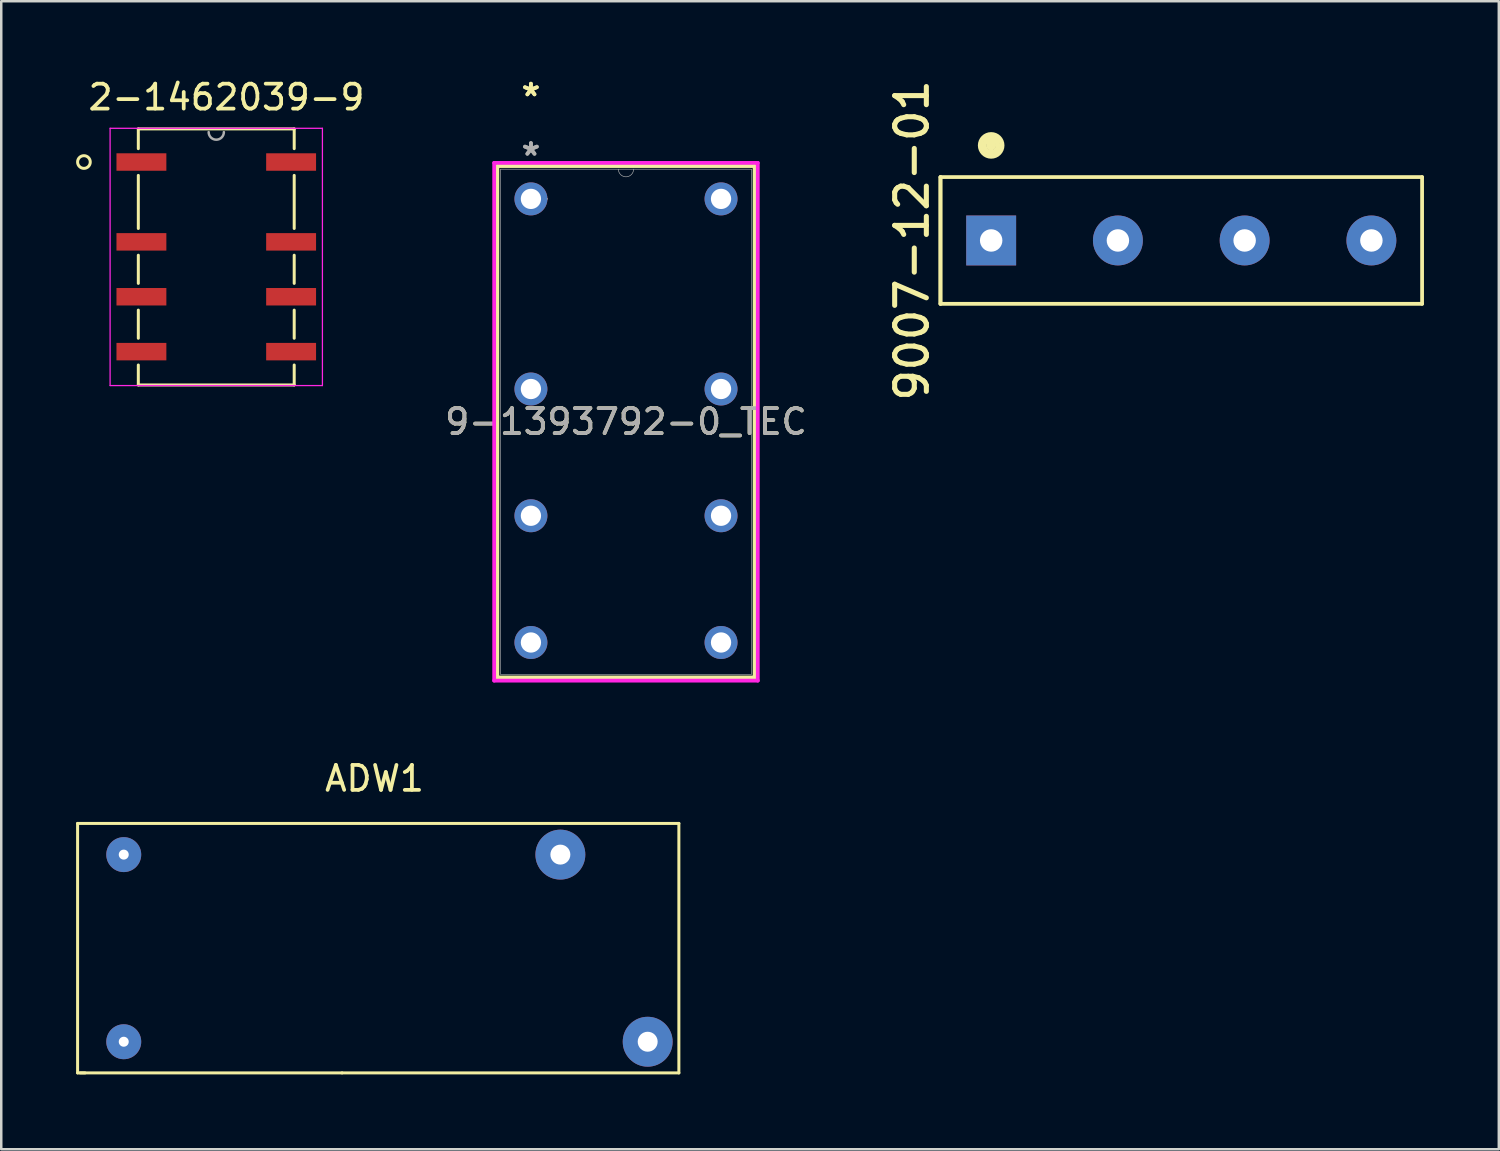
<source format=kicad_pcb>
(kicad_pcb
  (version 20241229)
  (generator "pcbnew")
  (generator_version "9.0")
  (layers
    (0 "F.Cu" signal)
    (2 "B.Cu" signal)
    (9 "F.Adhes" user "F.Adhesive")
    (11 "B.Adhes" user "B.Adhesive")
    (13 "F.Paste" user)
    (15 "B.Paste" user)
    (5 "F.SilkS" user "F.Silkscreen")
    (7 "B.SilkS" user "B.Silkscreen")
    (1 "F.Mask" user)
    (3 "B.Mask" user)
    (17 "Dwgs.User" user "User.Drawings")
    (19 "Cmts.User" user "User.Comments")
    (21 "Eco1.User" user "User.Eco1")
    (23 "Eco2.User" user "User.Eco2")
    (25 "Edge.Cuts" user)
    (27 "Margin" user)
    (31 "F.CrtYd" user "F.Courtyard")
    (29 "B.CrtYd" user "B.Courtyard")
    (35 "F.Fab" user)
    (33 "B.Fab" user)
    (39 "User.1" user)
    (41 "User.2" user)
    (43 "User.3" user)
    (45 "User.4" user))
  (footprint "9-1393792-0_TEC"
    (layer "F.Cu")
    (at 18.23 4.922)
    (property "Reference" "9-1393792-0_TEC" (at 3.81 8.932 0) (unlocked yes) (layer "F.SilkS") (effects (font (size 1 1) (thickness 0.15))))
    (attr through_hole)
    (fp_line (start -1.346 -1.317) (end -1.346 19.181) (stroke (width 0.152) (type solid)) (layer "F.SilkS"))
    (fp_line (start -1.346 19.181) (end 8.966 19.181) (stroke (width 0.152) (type solid)) (layer "F.SilkS"))
    (fp_line (start 8.966 -1.317) (end -1.346 -1.317) (stroke (width 0.152) (type solid)) (layer "F.SilkS"))
    (fp_line (start 8.966 19.181) (end 8.966 -1.317) (stroke (width 0.152) (type solid)) (layer "F.SilkS"))
    (fp_line (start -1.473 -1.444) (end 9.093 -1.444) (stroke (width 0.152) (type solid)) (layer "F.CrtYd"))
    (fp_line (start -1.473 19.308) (end -1.473 -1.444) (stroke (width 0.152) (type solid)) (layer "F.CrtYd"))
    (fp_line (start 9.093 -1.444) (end 9.093 19.308) (stroke (width 0.152) (type solid)) (layer "F.CrtYd"))
    (fp_line (start 9.093 19.308) (end -1.473 19.308) (stroke (width 0.152) (type solid)) (layer "F.CrtYd"))
    (fp_line (start -1.219 -1.19) (end -1.219 19.054) (stroke (width 0.025) (type solid)) (layer "F.Fab"))
    (fp_line (start -1.219 19.054) (end 8.839 19.054) (stroke (width 0.025) (type solid)) (layer "F.Fab"))
    (fp_line (start 8.839 -1.19) (end -1.219 -1.19) (stroke (width 0.025) (type solid)) (layer "F.Fab"))
    (fp_line (start 8.839 19.054) (end 8.839 -1.19) (stroke (width 0.025) (type solid)) (layer "F.Fab"))
    (fp_arc (start 4.1148 -1.19) (mid 3.81 -0.8852) (end 3.5052 -1.19) (stroke (width 0.0254) (type solid)) (layer "F.Fab"))
    (fp_circle (center 0.66 0) (end 0.66 0) (stroke (width 0.025) (type solid)) (fill no) (layer "F.Fab"))
    (fp_text user "*" (at 0 -4.073 0) (layer "F.SilkS") (effects (font (size 1 1) (thickness 0.15))))
    (fp_text user "*" (at 0 -4.073 0) (unlocked yes) (layer "F.SilkS") (effects (font (size 1 1) (thickness 0.15))))
    (fp_text user "*" (at 0 -1.693 0) (layer "F.Fab") (effects (font (size 1 1) (thickness 0.15))))
    (fp_text user "*" (at 0 -1.693 0) (unlocked yes) (layer "F.Fab") (effects (font (size 1 1) (thickness 0.15))))
    (fp_text user "${REFERENCE}" (at 3.81 8.932 0) (unlocked yes) (layer "F.Fab") (effects (font (size 1 1) (thickness 0.15))))
    (pad "1" thru_hole circle (at 0 0) (size 1.321 1.321) (drill 0.813) (layers "*.Cu" "*.Mask"))
    (pad "4" thru_hole circle (at 0 7.62) (size 1.321 1.321) (drill 0.813) (layers "*.Cu" "*.Mask"))
    (pad "6" thru_hole circle (at 0 12.7) (size 1.321 1.321) (drill 0.813) (layers "*.Cu" "*.Mask"))
    (pad "8" thru_hole circle (at 0 17.78) (size 1.321 1.321) (drill 0.813) (layers "*.Cu" "*.Mask"))
    (pad "9" thru_hole circle (at 7.62 17.78) (size 1.321 1.321) (drill 0.813) (layers "*.Cu" "*.Mask"))
    (pad "11" thru_hole circle (at 7.62 12.7) (size 1.321 1.321) (drill 0.813) (layers "*.Cu" "*.Mask"))
    (pad "13" thru_hole circle (at 7.62 7.62) (size 1.321 1.321) (drill 0.813) (layers "*.Cu" "*.Mask"))
    (pad "16" thru_hole circle (at 7.62 0) (size 1.321 1.321) (drill 0.813) (layers "*.Cu" "*.Mask")))
  (footprint "2-1462039-9"
    (layer "F.Cu")
    (at 5.618 7.248)
    (property "Reference" "2-1462039-9" (at 0.41 -6.4 0) (layer "F.SilkS") (effects (font (size 1 1) (thickness 0.15))))
    (attr smd)
    (fp_line (start -3.124 -5.131) (end -3.124 -4.34) (stroke (width 0.12) (type solid)) (layer "F.SilkS"))
    (fp_line (start -3.124 -3.268) (end -3.124 -1.14) (stroke (width 0.12) (type solid)) (layer "F.SilkS"))
    (fp_line (start -3.124 -0.068) (end -3.124 1.06) (stroke (width 0.12) (type solid)) (layer "F.SilkS"))
    (fp_line (start -3.124 2.132) (end -3.124 3.26) (stroke (width 0.12) (type solid)) (layer "F.SilkS"))
    (fp_line (start -3.124 4.332) (end -3.124 5.131) (stroke (width 0.12) (type solid)) (layer "F.SilkS"))
    (fp_line (start -3.124 5.131) (end 3.124 5.131) (stroke (width 0.12) (type solid)) (layer "F.SilkS"))
    (fp_line (start 3.124 -5.131) (end -3.124 -5.131) (stroke (width 0.12) (type solid)) (layer "F.SilkS"))
    (fp_line (start 3.124 -4.34) (end 3.124 -5.131) (stroke (width 0.12) (type solid)) (layer "F.SilkS"))
    (fp_line (start 3.124 -1.14) (end 3.124 -3.268) (stroke (width 0.12) (type solid)) (layer "F.SilkS"))
    (fp_line (start 3.124 1.06) (end 3.124 -0.068) (stroke (width 0.12) (type solid)) (layer "F.SilkS"))
    (fp_line (start 3.124 3.26) (end 3.124 2.132) (stroke (width 0.12) (type solid)) (layer "F.SilkS"))
    (fp_line (start 3.124 5.131) (end 3.124 4.332) (stroke (width 0.12) (type solid)) (layer "F.SilkS"))
    (fp_circle (center -5.304 -3.804) (end -5.05 -3.804) (stroke (width 0.12) (type solid)) (fill no) (layer "F.SilkS"))
    (fp_line (start -4.255 -5.156) (end 4.255 -5.156) (stroke (width 0.05) (type solid)) (layer "F.CrtYd"))
    (fp_line (start -4.255 5.156) (end -4.255 -5.156) (stroke (width 0.05) (type solid)) (layer "F.CrtYd"))
    (fp_line (start 4.255 -5.156) (end 4.255 5.156) (stroke (width 0.05) (type solid)) (layer "F.CrtYd"))
    (fp_line (start 4.255 5.156) (end -4.255 5.156) (stroke (width 0.05) (type solid)) (layer "F.CrtYd"))
    (fp_arc (start 0.3048 -5.0038) (mid 0 -4.699) (end -0.3048 -5.0038) (stroke (width 0.1) (type solid)) (layer "F.Fab"))
    (pad "1" smd rect (at -3 -3.804) (size 2 0.7) (layers "F.Cu" "F.Mask" "F.Paste"))
    (pad "2" smd rect (at -3 -0.604) (size 2 0.7) (layers "F.Cu" "F.Mask" "F.Paste"))
    (pad "3" smd rect (at -3 1.596) (size 2 0.7) (layers "F.Cu" "F.Mask" "F.Paste"))
    (pad "4" smd rect (at -3 3.796) (size 2 0.7) (layers "F.Cu" "F.Mask" "F.Paste"))
    (pad "5" smd rect (at 3 3.796) (size 2 0.7) (layers "F.Cu" "F.Mask" "F.Paste"))
    (pad "6" smd rect (at 3 1.596) (size 2 0.7) (layers "F.Cu" "F.Mask" "F.Paste"))
    (pad "7" smd rect (at 3 -0.604) (size 2 0.7) (layers "F.Cu" "F.Mask" "F.Paste"))
    (pad "8" smd rect (at 3 -3.804) (size 2 0.7) (layers "F.Cu" "F.Mask" "F.Paste")))
  (footprint "9007-12-01"
    (layer "F.Cu")
    (at 44.297 6.588)
    (property "Reference" "9007-12-01" (at -10.795 0 90) (layer "F.SilkS") (effects (font (size 1.27 1.27) (thickness 0.203))))
    (attr through_hole)
    (fp_line (start -9.652 -2.54) (end -9.652 2.54) (stroke (width 0.15) (type solid)) (layer "F.SilkS"))
    (fp_line (start -9.652 -2.54) (end 9.652 -2.54) (stroke (width 0.15) (type solid)) (layer "F.SilkS"))
    (fp_line (start -9.652 2.54) (end -9.652 -2.54) (stroke (width 0.15) (type solid)) (layer "F.SilkS"))
    (fp_line (start 9.652 -2.54) (end 9.652 2.54) (stroke (width 0.15) (type solid)) (layer "F.SilkS"))
    (fp_line (start 9.652 2.54) (end -9.652 2.54) (stroke (width 0.15) (type solid)) (layer "F.SilkS"))
    (fp_circle (center -7.62 -3.937) (end -7.493 -3.937) (stroke (width 0.15) (type solid)) (fill no) (layer "F.SilkS"))
    (fp_circle (center -7.62 -3.81) (end -7.493 -3.81) (stroke (width 0.15) (type solid)) (fill no) (layer "F.SilkS"))
    (fp_circle (center -7.62 -3.81) (end -7.366 -3.81) (stroke (width 0.15) (type solid)) (fill no) (layer "F.SilkS"))
    (fp_circle (center -7.62 -3.81) (end -7.366 -3.683) (stroke (width 0.15) (type solid)) (fill no) (layer "F.SilkS"))
    (fp_circle (center -7.62 -3.81) (end -7.239 -3.683) (stroke (width 0.15) (type solid)) (fill no) (layer "F.SilkS"))
    (fp_circle (center -7.62 -3.81) (end -7.239 -3.556) (stroke (width 0.15) (type solid)) (fill no) (layer "F.SilkS"))
    (pad "1" thru_hole rect (at -7.62 0) (size 2 2) (drill 0.9) (layers "*.Cu" "*.Mask"))
    (pad "2" thru_hole circle (at -2.54 0) (size 2 2) (drill 0.9) (layers "*.Cu" "*.Mask"))
    (pad "3" thru_hole circle (at 2.54 0) (size 2 2) (drill 0.9) (layers "*.Cu" "*.Mask"))
    (pad "4" thru_hole circle (at 7.62 0) (size 2 2) (drill 0.9) (layers "*.Cu" "*.Mask")))
  (footprint "ADW1"
    (layer "F.Cu")
    (at 11.56 34.654)
    (property "Reference" "ADW1" (at 0.4 -6.5 0) (layer "F.SilkS") (effects (font (size 1 1) (thickness 0.15))))
    (attr through_hole)
    (fp_line (start -11.5 -4.7) (end -11.5 5.3) (stroke (width 0.12) (type solid)) (layer "F.SilkS"))
    (fp_line (start -11.5 5.3) (end -11.2 5.3) (stroke (width 0.12) (type solid)) (layer "F.SilkS"))
    (fp_line (start -0.9 5.3) (end -11.4 5.3) (stroke (width 0.12) (type solid)) (layer "F.SilkS"))
    (fp_line (start -0.9 5.3) (end 12.6 5.3) (stroke (width 0.12) (type solid)) (layer "F.SilkS"))
    (fp_line (start 12.6 -4.7) (end -11.5 -4.7) (stroke (width 0.12) (type solid)) (layer "F.SilkS"))
    (fp_line (start 12.6 5.3) (end 12.6 -4.7) (stroke (width 0.12) (type solid)) (layer "F.SilkS"))
    (pad "1" thru_hole circle (at -9.65 4.05 180) (size 1.4 1.4) (drill 0.4) (layers "*.Cu" "*.Mask"))
    (pad "3" thru_hole circle (at 11.35 4.05 180) (size 2 2) (drill 0.8) (layers "*.Cu" "*.Mask"))
    (pad "5" thru_hole circle (at 7.85 -3.45 180) (size 2 2) (drill 0.8) (layers "*.Cu" "*.Mask"))
    (pad "6" thru_hole circle (at -9.65 -3.45 180) (size 1.4 1.4) (drill 0.4) (layers "*.Cu" "*.Mask")))
  (gr_rect
    (start -3 -3)
    (end 57.024 43.014)
    (stroke (width 0.1) (type default))
    (fill no)
    (layer "Edge.Cuts")))
</source>
